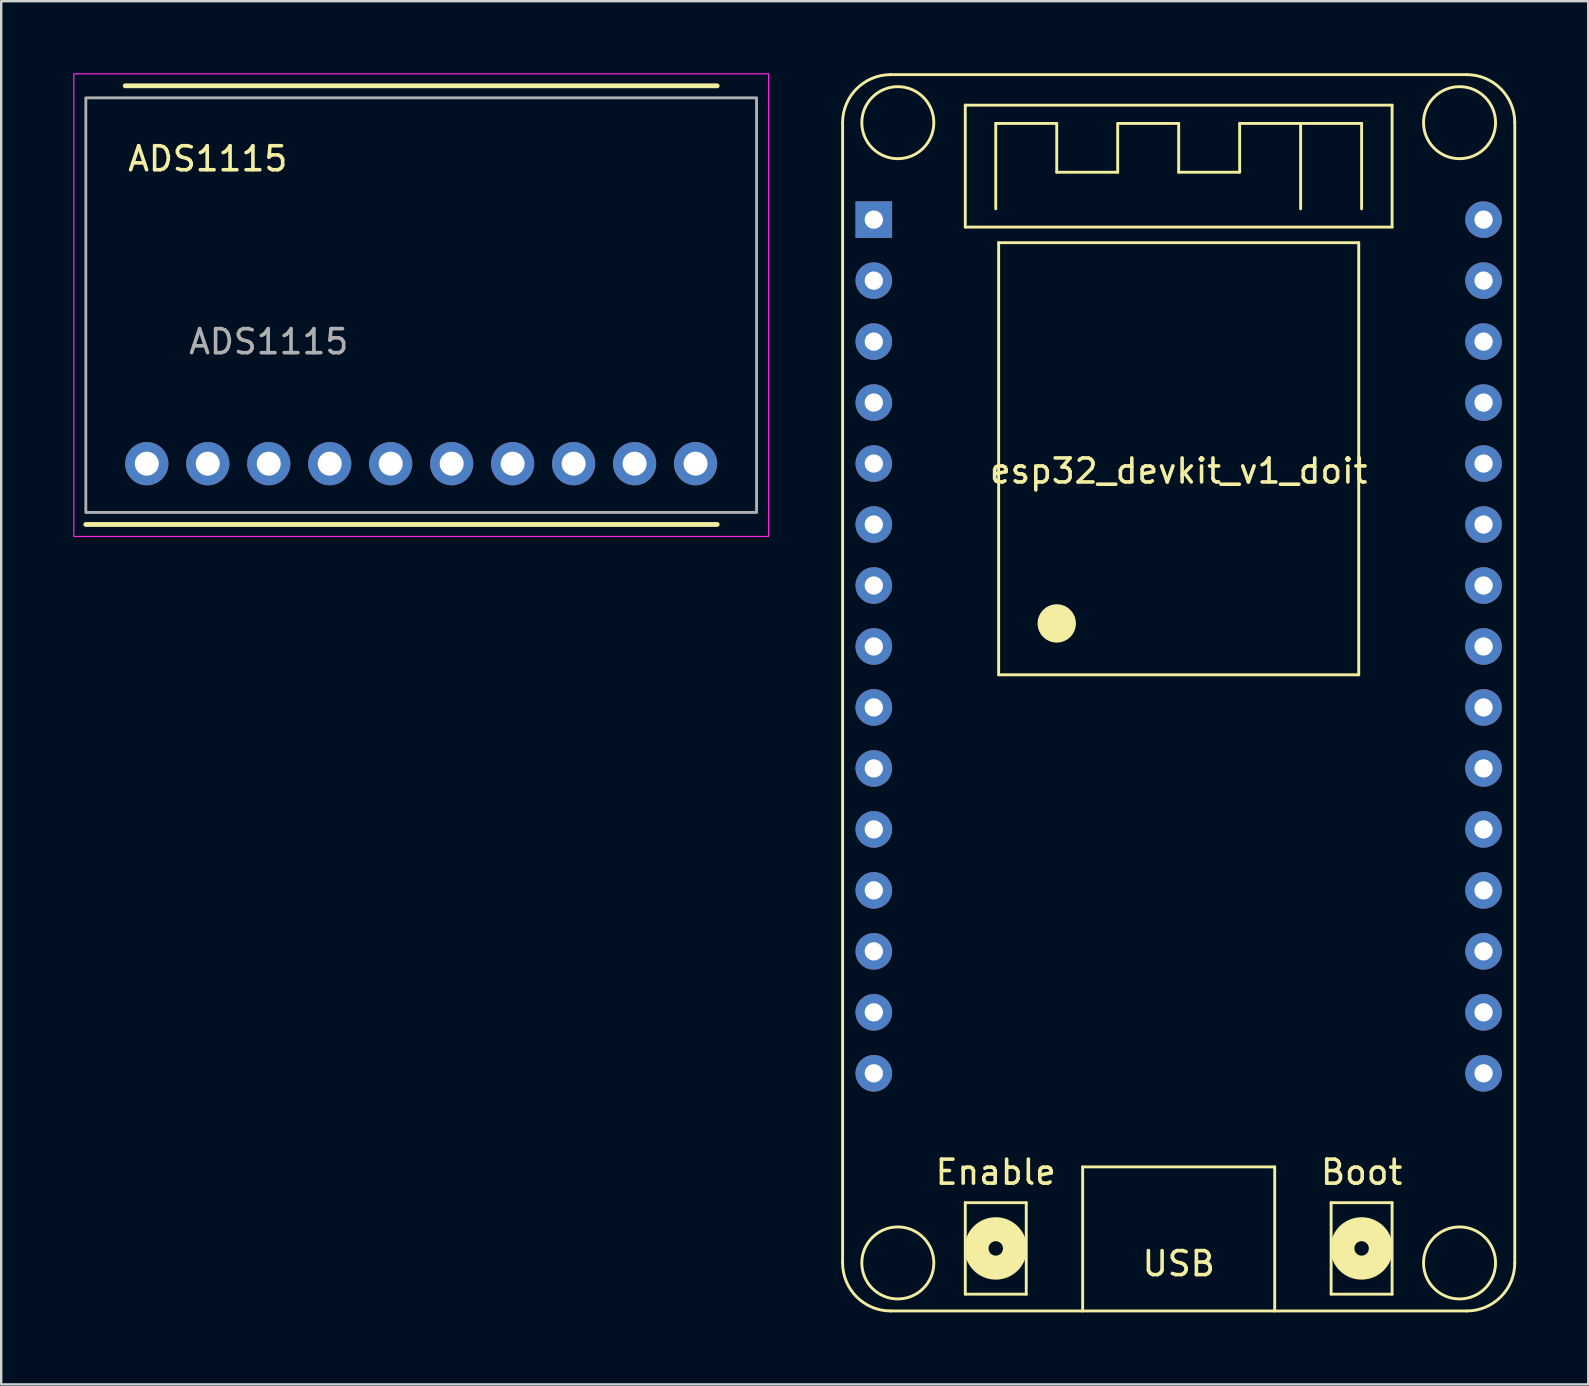
<source format=kicad_pcb>
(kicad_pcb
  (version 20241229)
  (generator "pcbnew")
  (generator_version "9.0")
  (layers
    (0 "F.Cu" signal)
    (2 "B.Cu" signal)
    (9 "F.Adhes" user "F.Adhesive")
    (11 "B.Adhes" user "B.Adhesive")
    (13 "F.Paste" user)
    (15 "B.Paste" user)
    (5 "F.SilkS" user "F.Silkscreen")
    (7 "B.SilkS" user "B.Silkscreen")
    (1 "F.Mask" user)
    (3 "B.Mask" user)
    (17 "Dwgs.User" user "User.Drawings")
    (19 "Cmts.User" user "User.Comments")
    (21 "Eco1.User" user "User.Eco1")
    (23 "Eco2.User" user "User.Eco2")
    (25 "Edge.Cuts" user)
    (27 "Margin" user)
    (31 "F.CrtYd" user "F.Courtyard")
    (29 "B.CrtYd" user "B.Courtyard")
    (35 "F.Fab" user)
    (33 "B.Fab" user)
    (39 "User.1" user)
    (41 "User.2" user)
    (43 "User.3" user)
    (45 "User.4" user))
  (footprint "ADS1115"
    (layer "F.Cu")
    (at 14.495 9.661)
    (property "Reference" "ADS1115" (at -8.89 -6.096 0) (unlocked yes) (layer "F.SilkS") (effects (font (size 1 1) (thickness 0.15))))
    (attr through_hole)
    (fp_line (start -13.97 9.136) (end 12.33 9.136) (stroke (width 0.2) (type solid)) (layer "F.SilkS"))
    (fp_line (start -12.33 -9.136) (end 12.33 -9.136) (stroke (width 0.2) (type solid)) (layer "F.SilkS"))
    (fp_rect (start -14.47 -9.636) (end 14.47 9.636) (stroke (width 0.05) (type solid)) (fill no) (layer "F.CrtYd"))
    (fp_rect (start -13.97 8.636) (end 13.97 -8.636) (stroke (width 0.12) (type solid)) (fill no) (layer "F.Fab"))
    (fp_text user "${REFERENCE}" (at -6.35 1.524 0) (unlocked yes) (layer "F.Fab") (effects (font (size 1 1) (thickness 0.15))))
    (pad "1" thru_hole circle (at -11.43 6.604) (size 1.8 1.8) (drill 1) (layers "*.Cu" "*.Mask"))
    (pad "2" thru_hole circle (at -8.89 6.604) (size 1.8 1.8) (drill 1) (layers "*.Cu" "*.Mask"))
    (pad "3" thru_hole circle (at -6.35 6.604) (size 1.8 1.8) (drill 1) (layers "*.Cu" "*.Mask"))
    (pad "4" thru_hole circle (at -3.81 6.604) (size 1.8 1.8) (drill 1) (layers "*.Cu" "*.Mask"))
    (pad "5" thru_hole circle (at -1.27 6.604) (size 1.8 1.8) (drill 1) (layers "*.Cu" "*.Mask"))
    (pad "6" thru_hole circle (at 1.27 6.604) (size 1.8 1.8) (drill 1) (layers "*.Cu" "*.Mask"))
    (pad "7" thru_hole circle (at 3.81 6.604) (size 1.8 1.8) (drill 1) (layers "*.Cu" "*.Mask"))
    (pad "8" thru_hole circle (at 6.35 6.604) (size 1.8 1.8) (drill 1) (layers "*.Cu" "*.Mask"))
    (pad "9" thru_hole circle (at 8.89 6.604) (size 1.8 1.8) (drill 1) (layers "*.Cu" "*.Mask"))
    (pad "10" thru_hole circle (at 11.43 6.604) (size 1.8 1.8) (drill 1) (layers "*.Cu" "*.Mask")))
  (footprint "esp32_devkit_v1_doit"
    (layer "F.Cu")
    (at 46.05 6.1)
    (property "Reference" "esp32_devkit_v1_doit" (at 0 10.47 0) (layer "F.SilkS") (effects (font (size 1 1) (thickness 0.15))))
    (attr through_hole)
    (fp_line (start -14 -4.04) (end -14 43.46) (stroke (width 0.12) (type solid)) (layer "F.SilkS"))
    (fp_line (start -12 -6.04) (end 12 -6.04) (stroke (width 0.12) (type solid)) (layer "F.SilkS"))
    (fp_line (start -12 45.46) (end 12 45.46) (stroke (width 0.12) (type solid)) (layer "F.SilkS"))
    (fp_line (start -8.89 -4.77) (end 8.89 -4.77) (stroke (width 0.12) (type solid)) (layer "F.SilkS"))
    (fp_line (start -8.89 0.31) (end -8.89 -4.77) (stroke (width 0.12) (type solid)) (layer "F.SilkS"))
    (fp_line (start -8.89 40.95) (end -6.35 40.95) (stroke (width 0.12) (type solid)) (layer "F.SilkS"))
    (fp_line (start -8.89 44.76) (end -8.89 40.95) (stroke (width 0.12) (type solid)) (layer "F.SilkS"))
    (fp_line (start -7.62 -4.008) (end -5.08 -4.008) (stroke (width 0.12) (type solid)) (layer "F.SilkS"))
    (fp_line (start -7.62 -0.452) (end -7.62 -4.008) (stroke (width 0.12) (type solid)) (layer "F.SilkS"))
    (fp_line (start -7.5 0.96) (end 7.5 0.96) (stroke (width 0.12) (type solid)) (layer "F.SilkS"))
    (fp_line (start -7.5 18.96) (end -7.5 0.96) (stroke (width 0.12) (type solid)) (layer "F.SilkS"))
    (fp_line (start -6.35 40.95) (end -6.35 44.76) (stroke (width 0.12) (type solid)) (layer "F.SilkS"))
    (fp_line (start -6.35 44.76) (end -8.89 44.76) (stroke (width 0.12) (type solid)) (layer "F.SilkS"))
    (fp_line (start -5.08 -4.008) (end -5.08 -1.976) (stroke (width 0.12) (type solid)) (layer "F.SilkS"))
    (fp_line (start -5.08 -1.976) (end -2.54 -1.976) (stroke (width 0.12) (type solid)) (layer "F.SilkS"))
    (fp_line (start -4 39.46) (end -4 45.46) (stroke (width 0.12) (type solid)) (layer "F.SilkS"))
    (fp_line (start -4 39.46) (end 4 39.46) (stroke (width 0.12) (type solid)) (layer "F.SilkS"))
    (fp_line (start -2.54 -4.008) (end 0 -4.008) (stroke (width 0.12) (type solid)) (layer "F.SilkS"))
    (fp_line (start -2.54 -1.976) (end -2.54 -4.008) (stroke (width 0.12) (type solid)) (layer "F.SilkS"))
    (fp_line (start 0 -4.008) (end 0 -1.976) (stroke (width 0.12) (type solid)) (layer "F.SilkS"))
    (fp_line (start 0 -1.976) (end 2.54 -1.976) (stroke (width 0.12) (type solid)) (layer "F.SilkS"))
    (fp_line (start 2.54 -4.008) (end 7.62 -4.008) (stroke (width 0.12) (type solid)) (layer "F.SilkS"))
    (fp_line (start 2.54 -1.976) (end 2.54 -4.008) (stroke (width 0.12) (type solid)) (layer "F.SilkS"))
    (fp_line (start 4 39.46) (end 4 45.46) (stroke (width 0.12) (type solid)) (layer "F.SilkS"))
    (fp_line (start 5.08 -4.008) (end 5.08 -0.452) (stroke (width 0.12) (type solid)) (layer "F.SilkS"))
    (fp_line (start 6.35 40.95) (end 8.89 40.95) (stroke (width 0.12) (type solid)) (layer "F.SilkS"))
    (fp_line (start 6.35 44.76) (end 6.35 40.95) (stroke (width 0.12) (type solid)) (layer "F.SilkS"))
    (fp_line (start 7.5 0.96) (end 7.5 18.96) (stroke (width 0.12) (type solid)) (layer "F.SilkS"))
    (fp_line (start 7.5 18.96) (end -7.5 18.96) (stroke (width 0.12) (type solid)) (layer "F.SilkS"))
    (fp_line (start 7.62 -4.008) (end 7.62 -0.452) (stroke (width 0.12) (type solid)) (layer "F.SilkS"))
    (fp_line (start 8.89 -4.77) (end 8.89 0.31) (stroke (width 0.12) (type solid)) (layer "F.SilkS"))
    (fp_line (start 8.89 0.31) (end -8.89 0.31) (stroke (width 0.12) (type solid)) (layer "F.SilkS"))
    (fp_line (start 8.89 40.95) (end 8.89 44.76) (stroke (width 0.12) (type solid)) (layer "F.SilkS"))
    (fp_line (start 8.89 44.76) (end 6.35 44.76) (stroke (width 0.12) (type solid)) (layer "F.SilkS"))
    (fp_line (start 14 43.46) (end 14 -4.04) (stroke (width 0.12) (type solid)) (layer "F.SilkS"))
    (fp_arc (start -14 -4.04) (mid -13.414214 -5.454214) (end -12 -6.04) (stroke (width 0.12) (type solid)) (layer "F.SilkS"))
    (fp_arc (start -12 45.46) (mid -13.414214 44.874214) (end -14 43.46) (stroke (width 0.12) (type solid)) (layer "F.SilkS"))
    (fp_arc (start 12 -6.04) (mid 13.414214 -5.454214) (end 14 -4.04) (stroke (width 0.12) (type solid)) (layer "F.SilkS"))
    (fp_arc (start 14 43.46) (mid 13.414214 44.874214) (end 12 45.46) (stroke (width 0.12) (type solid)) (layer "F.SilkS"))
    (fp_circle (center -11.7 -4.04) (end -10.2 -4.04) (stroke (width 0.12) (type solid)) (fill no) (layer "F.SilkS"))
    (fp_circle (center -11.7 43.46) (end -10.2 43.46) (stroke (width 0.12) (type solid)) (fill no) (layer "F.SilkS"))
    (fp_circle (center -7.62 42.855) (end -7.32 42.855) (stroke (width 1) (type solid)) (fill no) (layer "F.SilkS"))
    (fp_circle (center -5.08 16.82) (end -4.68 16.82) (stroke (width 0.8) (type solid)) (fill no) (layer "F.SilkS"))
    (fp_circle (center 7.62 42.855) (end 7.92 42.855) (stroke (width 1) (type solid)) (fill no) (layer "F.SilkS"))
    (fp_circle (center 11.7 -4.04) (end 13.2 -4.04) (stroke (width 0.12) (type solid)) (fill no) (layer "F.SilkS"))
    (fp_circle (center 11.7 43.46) (end 13.2 43.46) (stroke (width 0.12) (type solid)) (fill no) (layer "F.SilkS"))
    (fp_text user "USB" (at 0 43.49 0) (layer "F.SilkS") (effects (font (size 1 1) (thickness 0.15))))
    (fp_text user "Enable" (at -7.62 39.68 0) (layer "F.SilkS") (effects (font (size 1 1) (thickness 0.15))))
    (fp_text user "Boot" (at 7.62 39.68 0) (layer "F.SilkS") (effects (font (size 1 1) (thickness 0.15))))
    (pad "1" thru_hole rect (at -12.7 0) (size 1.524 1.524) (drill 0.762) (layers "*.Cu" "*.Mask"))
    (pad "2" thru_hole circle (at -12.7 2.54) (size 1.524 1.524) (drill 0.762) (layers "*.Cu" "*.Mask"))
    (pad "3" thru_hole circle (at -12.7 5.08) (size 1.524 1.524) (drill 0.762) (layers "*.Cu" "*.Mask"))
    (pad "4" thru_hole circle (at -12.7 7.62) (size 1.524 1.524) (drill 0.762) (layers "*.Cu" "*.Mask"))
    (pad "5" thru_hole circle (at -12.7 10.16) (size 1.524 1.524) (drill 0.762) (layers "*.Cu" "*.Mask"))
    (pad "6" thru_hole circle (at -12.7 12.7) (size 1.524 1.524) (drill 0.762) (layers "*.Cu" "*.Mask"))
    (pad "7" thru_hole circle (at -12.7 15.24) (size 1.524 1.524) (drill 0.762) (layers "*.Cu" "*.Mask"))
    (pad "8" thru_hole circle (at -12.7 17.78) (size 1.524 1.524) (drill 0.762) (layers "*.Cu" "*.Mask"))
    (pad "9" thru_hole circle (at -12.7 20.32) (size 1.524 1.524) (drill 0.762) (layers "*.Cu" "*.Mask"))
    (pad "10" thru_hole circle (at -12.7 22.86) (size 1.524 1.524) (drill 0.762) (layers "*.Cu" "*.Mask"))
    (pad "11" thru_hole circle (at -12.7 25.4) (size 1.524 1.524) (drill 0.762) (layers "*.Cu" "*.Mask"))
    (pad "12" thru_hole circle (at -12.7 27.94) (size 1.524 1.524) (drill 0.762) (layers "*.Cu" "*.Mask"))
    (pad "13" thru_hole circle (at -12.7 30.48) (size 1.524 1.524) (drill 0.762) (layers "*.Cu" "*.Mask"))
    (pad "14" thru_hole circle (at -12.7 33.02) (size 1.524 1.524) (drill 0.762) (layers "*.Cu" "*.Mask"))
    (pad "15" thru_hole circle (at -12.7 35.56) (size 1.524 1.524) (drill 0.762) (layers "*.Cu" "*.Mask"))
    (pad "16" thru_hole circle (at 12.7 35.56) (size 1.524 1.524) (drill 0.762) (layers "*.Cu" "*.Mask"))
    (pad "17" thru_hole circle (at 12.7 33.02) (size 1.524 1.524) (drill 0.762) (layers "*.Cu" "*.Mask"))
    (pad "18" thru_hole circle (at 12.7 30.48) (size 1.524 1.524) (drill 0.762) (layers "*.Cu" "*.Mask"))
    (pad "19" thru_hole circle (at 12.7 27.94) (size 1.524 1.524) (drill 0.762) (layers "*.Cu" "*.Mask"))
    (pad "20" thru_hole circle (at 12.7 25.4) (size 1.524 1.524) (drill 0.762) (layers "*.Cu" "*.Mask"))
    (pad "21" thru_hole circle (at 12.7 22.86) (size 1.524 1.524) (drill 0.762) (layers "*.Cu" "*.Mask"))
    (pad "22" thru_hole circle (at 12.7 20.32) (size 1.524 1.524) (drill 0.762) (layers "*.Cu" "*.Mask"))
    (pad "23" thru_hole circle (at 12.7 17.78) (size 1.524 1.524) (drill 0.762) (layers "*.Cu" "*.Mask"))
    (pad "24" thru_hole circle (at 12.7 15.24) (size 1.524 1.524) (drill 0.762) (layers "*.Cu" "*.Mask"))
    (pad "25" thru_hole circle (at 12.7 12.7) (size 1.524 1.524) (drill 0.762) (layers "*.Cu" "*.Mask"))
    (pad "26" thru_hole circle (at 12.7 10.16) (size 1.524 1.524) (drill 0.762) (layers "*.Cu" "*.Mask"))
    (pad "27" thru_hole circle (at 12.7 7.62) (size 1.524 1.524) (drill 0.762) (layers "*.Cu" "*.Mask"))
    (pad "28" thru_hole circle (at 12.7 5.08) (size 1.524 1.524) (drill 0.762) (layers "*.Cu" "*.Mask"))
    (pad "29" thru_hole circle (at 12.7 2.54) (size 1.524 1.524) (drill 0.762) (layers "*.Cu" "*.Mask"))
    (pad "30" thru_hole circle (at 12.7 0) (size 1.524 1.524) (drill 0.762) (layers "*.Cu" "*.Mask")))
  (gr_rect
    (start -3 -3)
    (end 63.11 54.62)
    (stroke (width 0.1) (type default))
    (fill no)
    (layer "Edge.Cuts")))
</source>
